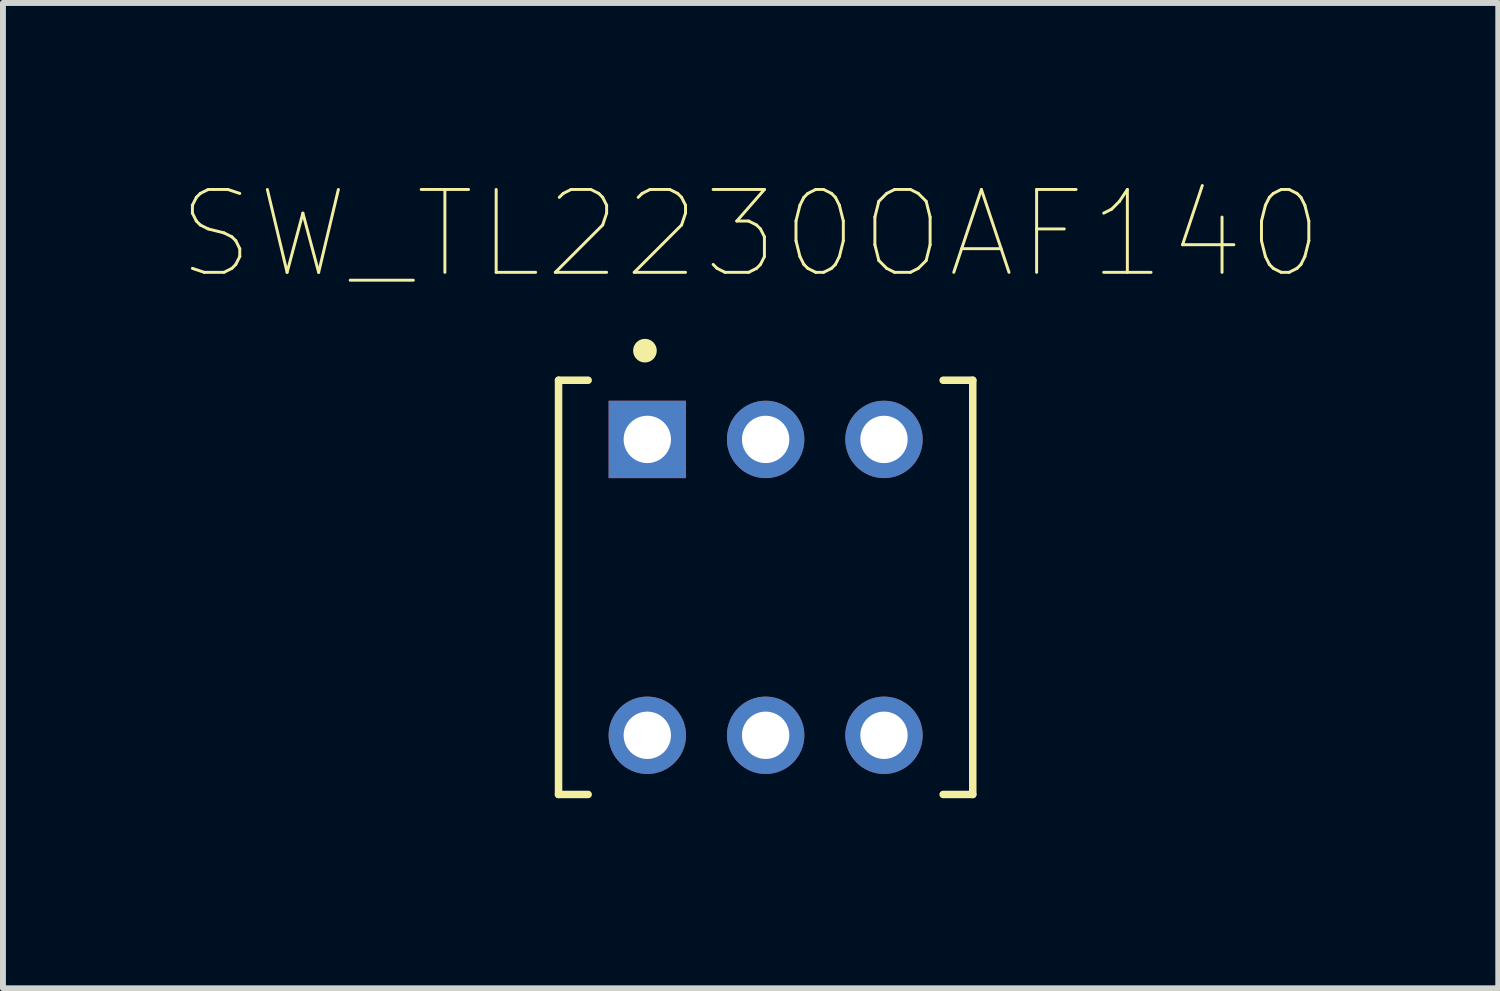
<source format=kicad_pcb>
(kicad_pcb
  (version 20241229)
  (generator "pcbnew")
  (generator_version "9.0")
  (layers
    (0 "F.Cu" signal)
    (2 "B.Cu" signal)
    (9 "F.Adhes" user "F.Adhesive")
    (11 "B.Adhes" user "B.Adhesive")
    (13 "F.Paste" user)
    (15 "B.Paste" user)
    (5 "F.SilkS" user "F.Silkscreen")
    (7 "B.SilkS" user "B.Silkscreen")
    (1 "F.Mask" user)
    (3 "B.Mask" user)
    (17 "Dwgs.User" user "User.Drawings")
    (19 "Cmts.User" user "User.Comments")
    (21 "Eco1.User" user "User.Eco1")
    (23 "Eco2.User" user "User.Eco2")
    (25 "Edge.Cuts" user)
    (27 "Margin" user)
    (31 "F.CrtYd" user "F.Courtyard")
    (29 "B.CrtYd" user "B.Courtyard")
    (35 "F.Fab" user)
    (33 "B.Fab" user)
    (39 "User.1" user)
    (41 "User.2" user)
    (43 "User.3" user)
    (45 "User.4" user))
  (footprint "SW_TL2230OAF140"
    (layer "F.Cu")
    (at 9.889 6.876)
    (property "Reference" "SW_TL2230OAF140" (at -0.254 -5.969 0) (layer "F.SilkS") (effects (font (size 1.4 1.4) (thickness 0.05))))
    (attr through_hole exclude_from_pos_files)
    (fp_line (start -3.5 -3.5) (end -3 -3.5) (stroke (width 0.127) (type solid)) (layer "F.SilkS"))
    (fp_line (start -3.5 3.5) (end -3.5 -3.5) (stroke (width 0.127) (type solid)) (layer "F.SilkS"))
    (fp_line (start -3.5 3.5) (end -3 3.5) (stroke (width 0.127) (type solid)) (layer "F.SilkS"))
    (fp_line (start 3 -3.5) (end 3.5 -3.5) (stroke (width 0.127) (type solid)) (layer "F.SilkS"))
    (fp_line (start 3 3.5) (end 3.5 3.5) (stroke (width 0.127) (type solid)) (layer "F.SilkS"))
    (fp_line (start 3.5 -3.5) (end 3.5 3.5) (stroke (width 0.127) (type solid)) (layer "F.SilkS"))
    (fp_circle (center -2.04 -4) (end -1.94 -4) (stroke (width 0.2) (type solid)) (fill no) (layer "F.SilkS"))
    (fp_line (start -3.75 -3.75) (end 3.75 -3.75) (stroke (width 0.05) (type solid)) (layer "Eco1.User"))
    (fp_line (start -3.75 3.75) (end -3.75 -3.75) (stroke (width 0.05) (type solid)) (layer "Eco1.User"))
    (fp_line (start 3.75 -3.75) (end 3.75 3.75) (stroke (width 0.05) (type solid)) (layer "Eco1.User"))
    (fp_line (start 3.75 3.75) (end -3.75 3.75) (stroke (width 0.05) (type solid)) (layer "Eco1.User"))
    (fp_line (start -3.5 -3.5) (end 3.5 -3.5) (stroke (width 0.127) (type solid)) (layer "Eco2.User"))
    (fp_line (start -3.5 3.5) (end -3.5 -3.5) (stroke (width 0.127) (type solid)) (layer "Eco2.User"))
    (fp_line (start 3.5 -3.5) (end 3.5 3.5) (stroke (width 0.127) (type solid)) (layer "Eco2.User"))
    (fp_line (start 3.5 3.5) (end -3.5 3.5) (stroke (width 0.127) (type solid)) (layer "Eco2.User"))
    (fp_circle (center -2.04 -4) (end -1.94 -4) (stroke (width 0.2) (type solid)) (fill no) (layer "Eco2.User"))
    (pad "1" thru_hole rect (at -2 -2.5) (size 1.308 1.308) (drill 0.8) (layers "*.Cu" "*.Mask"))
    (pad "2" thru_hole circle (at 0 -2.5) (size 1.308 1.308) (drill 0.8) (layers "*.Cu" "*.Mask"))
    (pad "3" thru_hole circle (at 2 -2.5) (size 1.308 1.308) (drill 0.8) (layers "*.Cu" "*.Mask"))
    (pad "4" thru_hole circle (at -2 2.5) (size 1.308 1.308) (drill 0.8) (layers "*.Cu" "*.Mask"))
    (pad "5" thru_hole circle (at 0 2.5) (size 1.308 1.308) (drill 0.8) (layers "*.Cu" "*.Mask"))
    (pad "6" thru_hole circle (at 2 2.5) (size 1.308 1.308) (drill 0.8) (layers "*.Cu" "*.Mask")))
  (gr_rect
    (start -3 -3)
    (end 22.27 13.651)
    (stroke (width 0.1) (type default))
    (fill no)
    (layer "Edge.Cuts")))
</source>
